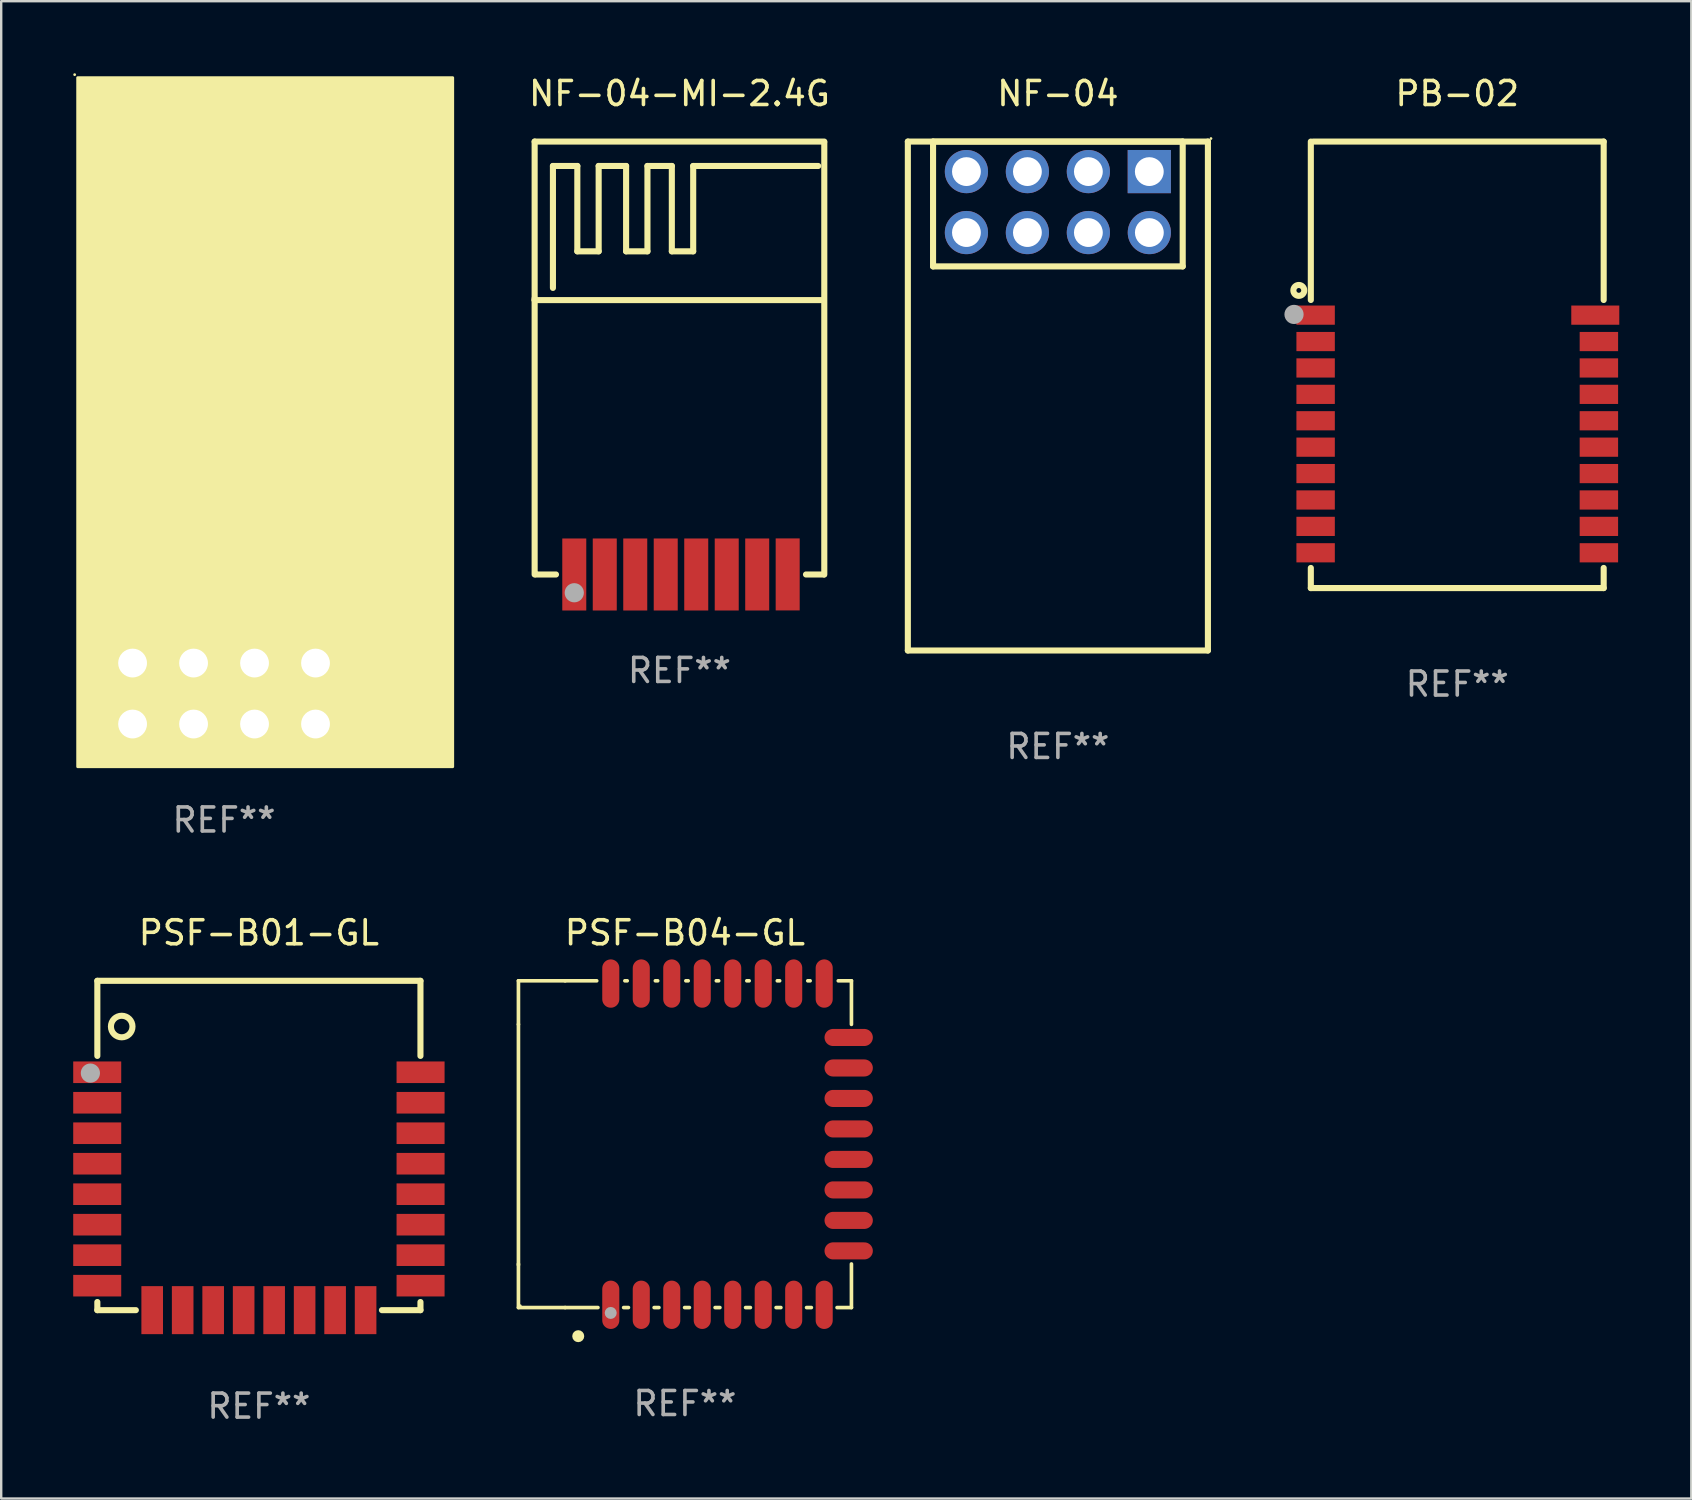
<source format=kicad_pcb>
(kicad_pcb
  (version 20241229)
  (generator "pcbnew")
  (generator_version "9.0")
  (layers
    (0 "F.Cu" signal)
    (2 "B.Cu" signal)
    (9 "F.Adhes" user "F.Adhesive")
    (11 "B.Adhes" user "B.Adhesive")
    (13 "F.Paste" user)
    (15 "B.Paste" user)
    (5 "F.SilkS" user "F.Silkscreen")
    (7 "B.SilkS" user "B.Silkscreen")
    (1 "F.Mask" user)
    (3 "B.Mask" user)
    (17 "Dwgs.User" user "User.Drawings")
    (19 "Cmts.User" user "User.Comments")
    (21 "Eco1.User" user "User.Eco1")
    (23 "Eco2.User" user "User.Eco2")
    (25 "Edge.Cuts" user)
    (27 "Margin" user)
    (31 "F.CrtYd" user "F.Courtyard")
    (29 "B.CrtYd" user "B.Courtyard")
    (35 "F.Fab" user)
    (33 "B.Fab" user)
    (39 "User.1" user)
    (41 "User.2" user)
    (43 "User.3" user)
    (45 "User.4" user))
  (footprint "PB-02"
    (layer "F.Cu")
    (at 57.656 12.148)
    (property "Reference" "PB-02" (at 0 -11.3 0) (layer "F.SilkS") (effects (font (size 1 1) (thickness 0.15))))
    (attr through_hole)
    (fp_line (start -6.1 -9.3) (end -6.1 -2.701) (stroke (width 0.254) (type solid)) (layer "F.SilkS"))
    (fp_line (start -6.1 8.461) (end -6.1 9.3) (stroke (width 0.254) (type solid)) (layer "F.SilkS"))
    (fp_line (start -6.1 9.3) (end 6.1 9.3) (stroke (width 0.254) (type solid)) (layer "F.SilkS"))
    (fp_line (start 6.1 -9.3) (end -6 -9.3) (stroke (width 0.254) (type solid)) (layer "F.SilkS"))
    (fp_line (start 6.1 -2.701) (end 6.1 -9.3) (stroke (width 0.254) (type solid)) (layer "F.SilkS"))
    (fp_line (start 6.1 9.3) (end 6.1 8.461) (stroke (width 0.254) (type solid)) (layer "F.SilkS"))
    (fp_circle (center -6.6 -3.1) (end -6.5 -3.1) (stroke (width 0.254) (type solid)) (fill no) (layer "F.SilkS"))
    (fp_circle (center -6.1 -9.3) (end -6.07 -9.3) (stroke (width 0.06) (type solid)) (fill no) (layer "F.SilkS"))
    (fp_circle (center -6.8 -2.1) (end -6.6 -2.1) (stroke (width 0.4) (type solid)) (fill no) (layer "F.Fab"))
    (fp_text user "REF**" (at 0 13.3 0) (layer "F.Fab") (effects (font (size 1 1) (thickness 0.15))))
    (pad "1" smd rect (at -5.9 -2.07) (size 1.6 0.8) (layers "F.Cu" "F.Mask" "F.Paste"))
    (pad "2" smd rect (at -5.9 -0.97) (size 1.6 0.8) (layers "F.Cu" "F.Mask" "F.Paste"))
    (pad "3" smd rect (at -5.9 0.13) (size 1.6 0.8) (layers "F.Cu" "F.Mask" "F.Paste"))
    (pad "4" smd rect (at -5.9 1.23) (size 1.6 0.8) (layers "F.Cu" "F.Mask" "F.Paste"))
    (pad "5" smd rect (at -5.9 2.33) (size 1.6 0.8) (layers "F.Cu" "F.Mask" "F.Paste"))
    (pad "6" smd rect (at -5.9 3.43) (size 1.6 0.8) (layers "F.Cu" "F.Mask" "F.Paste"))
    (pad "7" smd rect (at -5.9 4.53) (size 1.6 0.8) (layers "F.Cu" "F.Mask" "F.Paste"))
    (pad "8" smd rect (at -5.9 5.63) (size 1.6 0.8) (layers "F.Cu" "F.Mask" "F.Paste"))
    (pad "9" smd rect (at -5.9 6.73) (size 1.6 0.8) (layers "F.Cu" "F.Mask" "F.Paste"))
    (pad "10" smd rect (at -5.9 7.83) (size 1.6 0.8) (layers "F.Cu" "F.Mask" "F.Paste"))
    (pad "11" smd rect (at 5.9 7.83) (size 1.6 0.8) (layers "F.Cu" "F.Mask" "F.Paste"))
    (pad "12" smd rect (at 5.9 6.73) (size 1.6 0.8) (layers "F.Cu" "F.Mask" "F.Paste"))
    (pad "13" smd rect (at 5.9 5.63) (size 1.6 0.8) (layers "F.Cu" "F.Mask" "F.Paste"))
    (pad "14" smd rect (at 5.9 4.53) (size 1.6 0.8) (layers "F.Cu" "F.Mask" "F.Paste"))
    (pad "15" smd rect (at 5.9 3.43) (size 1.6 0.8) (layers "F.Cu" "F.Mask" "F.Paste"))
    (pad "16" smd rect (at 5.9 2.33) (size 1.6 0.8) (layers "F.Cu" "F.Mask" "F.Paste"))
    (pad "17" smd rect (at 5.9 1.23) (size 1.6 0.8) (layers "F.Cu" "F.Mask" "F.Paste"))
    (pad "18" smd rect (at 5.9 0.13) (size 1.6 0.8) (layers "F.Cu" "F.Mask" "F.Paste"))
    (pad "19" smd rect (at 5.9 -0.97) (size 1.6 0.8) (layers "F.Cu" "F.Mask" "F.Paste"))
    (pad "20" smd rect (at 5.75 -2.07) (size 2 0.8) (layers "F.Cu" "F.Mask" "F.Paste")))
  (footprint "NF-04-MI-2.4G"
    (layer "F.Cu")
    (at 25.255 11.865)
    (property "Reference" "NF-04-MI-2.4G" (at 0 -11.017 0) (layer "F.SilkS") (effects (font (size 1 1) (thickness 0.15))))
    (attr through_hole)
    (fp_line (start -6.033 -9.017) (end -6.033 -2.413) (stroke (width 0.254) (type solid)) (layer "F.SilkS"))
    (fp_line (start -6.033 -2.413) (end 5.906 -2.413) (stroke (width 0.254) (type solid)) (layer "F.SilkS"))
    (fp_line (start -6.033 9.017) (end -6.033 -2.483) (stroke (width 0.254) (type solid)) (layer "F.SilkS"))
    (fp_line (start -5.271 -8.001) (end -4.255 -8.001) (stroke (width 0.254) (type solid)) (layer "F.SilkS"))
    (fp_line (start -5.271 -2.921) (end -5.271 -8.001) (stroke (width 0.254) (type solid)) (layer "F.SilkS"))
    (fp_line (start -5.144 9.017) (end -5.982 9.017) (stroke (width 0.254) (type solid)) (layer "F.SilkS"))
    (fp_line (start -4.255 -8.001) (end -4.255 -4.445) (stroke (width 0.254) (type solid)) (layer "F.SilkS"))
    (fp_line (start -4.255 -4.445) (end -3.366 -4.445) (stroke (width 0.254) (type solid)) (layer "F.SilkS"))
    (fp_line (start -3.366 -8.001) (end -2.223 -8.001) (stroke (width 0.254) (type solid)) (layer "F.SilkS"))
    (fp_line (start -3.366 -4.445) (end -3.366 -8.001) (stroke (width 0.254) (type solid)) (layer "F.SilkS"))
    (fp_line (start -2.223 -8.001) (end -2.223 -4.445) (stroke (width 0.254) (type solid)) (layer "F.SilkS"))
    (fp_line (start -2.223 -4.445) (end -1.334 -4.445) (stroke (width 0.254) (type solid)) (layer "F.SilkS"))
    (fp_line (start -1.334 -8.001) (end -0.318 -8.001) (stroke (width 0.254) (type solid)) (layer "F.SilkS"))
    (fp_line (start -1.334 -4.445) (end -1.334 -8.001) (stroke (width 0.254) (type solid)) (layer "F.SilkS"))
    (fp_line (start -0.318 -8.001) (end -0.318 -4.445) (stroke (width 0.254) (type solid)) (layer "F.SilkS"))
    (fp_line (start -0.318 -4.445) (end 0.572 -4.445) (stroke (width 0.254) (type solid)) (layer "F.SilkS"))
    (fp_line (start 0.572 -8.001) (end 5.779 -8.001) (stroke (width 0.254) (type solid)) (layer "F.SilkS"))
    (fp_line (start 0.572 -4.445) (end 0.572 -8.001) (stroke (width 0.254) (type solid)) (layer "F.SilkS"))
    (fp_line (start 5.271 9.017) (end 6.018 9.017) (stroke (width 0.254) (type solid)) (layer "F.SilkS"))
    (fp_line (start 6.033 -9.017) (end -6.033 -9.017) (stroke (width 0.254) (type solid)) (layer "F.SilkS"))
    (fp_line (start 6.033 9.017) (end 6.033 -8.983) (stroke (width 0.254) (type solid)) (layer "F.SilkS"))
    (fp_circle (center -5.936 8.981) (end -5.907 8.981) (stroke (width 0.06) (type solid)) (fill no) (layer "F.SilkS"))
    (fp_circle (center -4.382 9.778) (end -4.182 9.778) (stroke (width 0.4) (type solid)) (fill no) (layer "F.Fab"))
    (fp_text user "REF**" (at 0 13.017 0) (layer "F.Fab") (effects (font (size 1 1) (thickness 0.15))))
    (pad "1" smd rect (at -4.382 9.017) (size 1 3) (layers "F.Cu" "F.Mask" "F.Paste"))
    (pad "2" smd rect (at -3.112 9.017) (size 1 3) (layers "F.Cu" "F.Mask" "F.Paste"))
    (pad "3" smd rect (at -1.842 9.017) (size 1 3) (layers "F.Cu" "F.Mask" "F.Paste"))
    (pad "4" smd rect (at -0.572 9.017) (size 1 3) (layers "F.Cu" "F.Mask" "F.Paste"))
    (pad "5" smd rect (at 0.699 9.017) (size 1 3) (layers "F.Cu" "F.Mask" "F.Paste"))
    (pad "6" smd rect (at 1.969 9.017) (size 1 3) (layers "F.Cu" "F.Mask" "F.Paste"))
    (pad "7" smd rect (at 3.239 9.017) (size 1 3) (layers "F.Cu" "F.Mask" "F.Paste"))
    (pad "8" smd rect (at 4.508 9.014) (size 1 3) (layers "F.Cu" "F.Mask" "F.Paste")))
  (footprint "NF-01-S"
    (layer "F.Cu")
    (at 6.283 25.841)
    (property "Reference" "NF-01-S" (at 0 -3.27 0) (layer "F.SilkS") (effects (font (size 1 1) (thickness 0.15))))
    (attr through_hole)
    (fp_circle (center -6.223 -25.781) (end -6.193 -25.781) (stroke (width 0.06) (type solid)) (fill no) (layer "F.SilkS"))
    (fp_poly (pts (xy -6.096 -25.654) (xy 9.525 -25.654) (xy 9.525 3.048) (xy -6.096 3.048)) (stroke (width 0.12) (type solid)) (fill yes) (layer "F.SilkS"))
    (fp_text user "REF**" (at 0 5.27 0) (layer "F.Fab") (effects (font (size 1 1) (thickness 0.15))))
    (pad "1" thru_hole rect (at -3.81 -1.27) (size 2 2) (drill 1.2) (layers "*.Cu" "*.Mask"))
    (pad "2" thru_hole circle (at -3.81 1.27) (size 2 2) (drill 1.2) (layers "*.Cu" "*.Mask"))
    (pad "3" thru_hole circle (at -1.27 -1.27) (size 2 2) (drill 1.2) (layers "*.Cu" "*.Mask"))
    (pad "4" thru_hole circle (at -1.27 1.27) (size 2 2) (drill 1.2) (layers "*.Cu" "*.Mask"))
    (pad "5" thru_hole circle (at 1.27 -1.27) (size 2 2) (drill 1.2) (layers "*.Cu" "*.Mask"))
    (pad "6" thru_hole circle (at 1.27 1.27) (size 2 2) (drill 1.2) (layers "*.Cu" "*.Mask"))
    (pad "7" thru_hole circle (at 3.81 -1.27) (size 2 2) (drill 1.2) (layers "*.Cu" "*.Mask"))
    (pad "8" thru_hole circle (at 3.81 1.27) (size 2 2) (drill 1.2) (layers "*.Cu" "*.Mask")))
  (footprint "PSF-B01-GL"
    (layer "F.Cu")
    (at 7.735 44.668)
    (property "Reference" "PSF-B01-GL" (at 0 -8.86 0) (layer "F.SilkS") (effects (font (size 1 1) (thickness 0.15))))
    (attr through_hole)
    (fp_line (start -6.73 -6.86) (end -6.73 -3.731) (stroke (width 0.254) (type solid)) (layer "F.SilkS"))
    (fp_line (start -6.73 -6.86) (end 6.73 -6.86) (stroke (width 0.254) (type solid)) (layer "F.SilkS"))
    (fp_line (start -6.73 6.521) (end -6.73 6.86) (stroke (width 0.254) (type solid)) (layer "F.SilkS"))
    (fp_line (start -6.73 6.86) (end -5.126 6.86) (stroke (width 0.254) (type solid)) (layer "F.SilkS"))
    (fp_line (start 5.126 6.86) (end 6.73 6.86) (stroke (width 0.254) (type solid)) (layer "F.SilkS"))
    (fp_line (start 6.73 -3.731) (end 6.73 -6.86) (stroke (width 0.254) (type solid)) (layer "F.SilkS"))
    (fp_line (start 6.73 6.86) (end 6.73 6.521) (stroke (width 0.254) (type solid)) (layer "F.SilkS"))
    (fp_circle (center -6.69 -6.835) (end -6.64 -6.835) (stroke (width 0.1) (type solid)) (fill no) (layer "F.SilkS"))
    (fp_circle (center -5.715 -4.955) (end -5.266 -4.955) (stroke (width 0.254) (type solid)) (fill no) (layer "F.SilkS"))
    (fp_circle (center -7.02 -3.015) (end -6.82 -3.015) (stroke (width 0.4) (type solid)) (fill no) (layer "F.Fab"))
    (fp_text user "REF**" (at 0 10.86 0) (layer "F.Fab") (effects (font (size 1 1) (thickness 0.15))))
    (pad "1" smd rect (at -6.735 -3.05) (size 2 0.9) (layers "F.Cu" "F.Mask" "F.Paste"))
    (pad "2" smd rect (at -6.735 -1.78) (size 2 0.9) (layers "F.Cu" "F.Mask" "F.Paste"))
    (pad "3" smd rect (at -6.735 -0.51) (size 2 0.9) (layers "F.Cu" "F.Mask" "F.Paste"))
    (pad "4" smd rect (at -6.735 0.76) (size 2 0.9) (layers "F.Cu" "F.Mask" "F.Paste"))
    (pad "5" smd rect (at -6.735 2.03) (size 2 0.9) (layers "F.Cu" "F.Mask" "F.Paste"))
    (pad "6" smd rect (at -6.735 3.3) (size 2 0.9) (layers "F.Cu" "F.Mask" "F.Paste"))
    (pad "7" smd rect (at -6.735 4.57) (size 2 0.9) (layers "F.Cu" "F.Mask" "F.Paste"))
    (pad "8" smd rect (at -6.735 5.84) (size 2 0.9) (layers "F.Cu" "F.Mask" "F.Paste"))
    (pad "9" smd rect (at -4.445 6.86 90) (size 2 0.9) (layers "F.Cu" "F.Mask" "F.Paste"))
    (pad "10" smd rect (at -3.175 6.86 90) (size 2 0.9) (layers "F.Cu" "F.Mask" "F.Paste"))
    (pad "11" smd rect (at -1.905 6.86 90) (size 2 0.9) (layers "F.Cu" "F.Mask" "F.Paste"))
    (pad "12" smd rect (at -0.635 6.86 90) (size 2 0.9) (layers "F.Cu" "F.Mask" "F.Paste"))
    (pad "13" smd rect (at 0.635 6.86 90) (size 2 0.9) (layers "F.Cu" "F.Mask" "F.Paste"))
    (pad "14" smd rect (at 1.905 6.86 90) (size 2 0.9) (layers "F.Cu" "F.Mask" "F.Paste"))
    (pad "15" smd rect (at 3.175 6.86 90) (size 2 0.9) (layers "F.Cu" "F.Mask" "F.Paste"))
    (pad "16" smd rect (at 4.445 6.86 90) (size 2 0.9) (layers "F.Cu" "F.Mask" "F.Paste"))
    (pad "17" smd rect (at 6.735 5.84 180) (size 2 0.9) (layers "F.Cu" "F.Mask" "F.Paste"))
    (pad "18" smd rect (at 6.735 4.57 180) (size 2 0.9) (layers "F.Cu" "F.Mask" "F.Paste"))
    (pad "19" smd rect (at 6.735 3.3 180) (size 2 0.9) (layers "F.Cu" "F.Mask" "F.Paste"))
    (pad "20" smd rect (at 6.735 2.03 180) (size 2 0.9) (layers "F.Cu" "F.Mask" "F.Paste"))
    (pad "21" smd rect (at 6.735 0.76 180) (size 2 0.9) (layers "F.Cu" "F.Mask" "F.Paste"))
    (pad "22" smd rect (at 6.735 -0.51 180) (size 2 0.9) (layers "F.Cu" "F.Mask" "F.Paste"))
    (pad "23" smd rect (at 6.735 -1.78 180) (size 2 0.9) (layers "F.Cu" "F.Mask" "F.Paste"))
    (pad "24" smd rect (at 6.735 -3.05 180) (size 2 0.9) (layers "F.Cu" "F.Mask" "F.Paste")))
  (footprint "PSF-B04-GL"
    (layer "F.Cu")
    (at 25.483 44.614)
    (property "Reference" "PSF-B04-GL" (at 0 -8.806 0) (layer "F.SilkS") (effects (font (size 1 1) (thickness 0.15))))
    (attr through_hole)
    (fp_line (start -6.936 -6.806) (end -4.991 -6.806) (stroke (width 0.152) (type solid)) (layer "F.SilkS"))
    (fp_line (start -6.936 -4.991) (end -6.936 -6.806) (stroke (width 0.152) (type solid)) (layer "F.SilkS"))
    (fp_line (start -6.936 -4.991) (end -6.936 5.03) (stroke (width 0.152) (type solid)) (layer "F.SilkS"))
    (fp_line (start -6.936 4.991) (end -6.936 6.806) (stroke (width 0.152) (type solid)) (layer "F.SilkS"))
    (fp_line (start -6.936 6.806) (end -4.991 6.806) (stroke (width 0.152) (type solid)) (layer "F.SilkS"))
    (fp_line (start -4.991 -6.806) (end -3.675 -6.806) (stroke (width 0.152) (type solid)) (layer "F.SilkS"))
    (fp_line (start -4.991 6.806) (end -3.624 6.806) (stroke (width 0.152) (type solid)) (layer "F.SilkS"))
    (fp_line (start -2.553 6.806) (end -2.354 6.806) (stroke (width 0.152) (type solid)) (layer "F.SilkS"))
    (fp_line (start -2.502 -6.806) (end -2.405 -6.806) (stroke (width 0.152) (type solid)) (layer "F.SilkS"))
    (fp_line (start -1.283 6.806) (end -1.084 6.806) (stroke (width 0.152) (type solid)) (layer "F.SilkS"))
    (fp_line (start -1.232 -6.806) (end -1.135 -6.806) (stroke (width 0.152) (type solid)) (layer "F.SilkS"))
    (fp_line (start -0.013 6.806) (end 0.186 6.806) (stroke (width 0.152) (type solid)) (layer "F.SilkS"))
    (fp_line (start 0.038 -6.806) (end 0.135 -6.806) (stroke (width 0.152) (type solid)) (layer "F.SilkS"))
    (fp_line (start 1.257 6.806) (end 1.456 6.806) (stroke (width 0.152) (type solid)) (layer "F.SilkS"))
    (fp_line (start 1.308 -6.806) (end 1.405 -6.806) (stroke (width 0.152) (type solid)) (layer "F.SilkS"))
    (fp_line (start 2.527 6.806) (end 2.726 6.806) (stroke (width 0.152) (type solid)) (layer "F.SilkS"))
    (fp_line (start 2.578 -6.806) (end 2.675 -6.806) (stroke (width 0.152) (type solid)) (layer "F.SilkS"))
    (fp_line (start 3.797 6.806) (end 3.996 6.806) (stroke (width 0.152) (type solid)) (layer "F.SilkS"))
    (fp_line (start 3.848 -6.806) (end 3.945 -6.806) (stroke (width 0.152) (type solid)) (layer "F.SilkS"))
    (fp_line (start 5.067 6.806) (end 5.266 6.806) (stroke (width 0.152) (type solid)) (layer "F.SilkS"))
    (fp_line (start 5.118 -6.806) (end 5.215 -6.806) (stroke (width 0.152) (type solid)) (layer "F.SilkS"))
    (fp_line (start 6.337 6.806) (end 6.936 6.806) (stroke (width 0.152) (type solid)) (layer "F.SilkS"))
    (fp_line (start 6.388 -6.806) (end 6.936 -6.806) (stroke (width 0.152) (type solid)) (layer "F.SilkS"))
    (fp_line (start 6.936 -4.991) (end 6.936 -6.806) (stroke (width 0.152) (type solid)) (layer "F.SilkS"))
    (fp_line (start 6.936 4.991) (end 6.936 6.806) (stroke (width 0.152) (type solid)) (layer "F.SilkS"))
    (fp_circle (center -6.86 6.73) (end -6.83 6.73) (stroke (width 0.06) (type solid)) (fill no) (layer "F.SilkS"))
    (fp_circle (center -4.445 7.998) (end -4.32 7.998) (stroke (width 0.25) (type solid)) (fill no) (layer "F.SilkS"))
    (fp_circle (center -3.092 7.03) (end -2.967 7.03) (stroke (width 0.25) (type solid)) (fill no) (layer "F.Fab"))
    (fp_text user "REF**" (at 0 10.806 0) (layer "F.Fab") (effects (font (size 1 1) (thickness 0.15))))
    (pad "1" smd oval (at -3.089 6.691) (size 0.711 2.013) (layers "F.Cu" "F.Mask" "F.Paste"))
    (pad "2" smd oval (at -1.819 6.691) (size 0.711 2.013) (layers "F.Cu" "F.Mask" "F.Paste"))
    (pad "3" smd oval (at -0.549 6.691) (size 0.711 2.013) (layers "F.Cu" "F.Mask" "F.Paste"))
    (pad "4" smd oval (at 0.721 6.691) (size 0.711 2.013) (layers "F.Cu" "F.Mask" "F.Paste"))
    (pad "5" smd oval (at 1.991 6.691) (size 0.711 2.013) (layers "F.Cu" "F.Mask" "F.Paste"))
    (pad "6" smd oval (at 3.261 6.691) (size 0.711 2.013) (layers "F.Cu" "F.Mask" "F.Paste"))
    (pad "7" smd oval (at 4.531 6.691) (size 0.711 2.013) (layers "F.Cu" "F.Mask" "F.Paste"))
    (pad "8" smd oval (at 5.801 6.691) (size 0.711 2.013) (layers "F.Cu" "F.Mask" "F.Paste"))
    (pad "9" smd oval (at 6.821 4.445) (size 2.013 0.711) (layers "F.Cu" "F.Mask" "F.Paste"))
    (pad "10" smd oval (at 6.821 3.175) (size 2.013 0.711) (layers "F.Cu" "F.Mask" "F.Paste"))
    (pad "11" smd oval (at 6.821 1.905) (size 2.013 0.711) (layers "F.Cu" "F.Mask" "F.Paste"))
    (pad "12" smd oval (at 6.821 0.635) (size 2.013 0.711) (layers "F.Cu" "F.Mask" "F.Paste"))
    (pad "13" smd oval (at 6.821 -0.635) (size 2.013 0.711) (layers "F.Cu" "F.Mask" "F.Paste"))
    (pad "14" smd oval (at 6.821 -1.905) (size 2.013 0.711) (layers "F.Cu" "F.Mask" "F.Paste"))
    (pad "15" smd oval (at 6.821 -3.175) (size 2.013 0.711) (layers "F.Cu" "F.Mask" "F.Paste"))
    (pad "16" smd oval (at 6.821 -4.445) (size 2.013 0.711) (layers "F.Cu" "F.Mask" "F.Paste"))
    (pad "17" smd oval (at 5.801 -6.691) (size 0.711 2.013) (layers "F.Cu" "F.Mask" "F.Paste"))
    (pad "18" smd oval (at 4.531 -6.691) (size 0.711 2.013) (layers "F.Cu" "F.Mask" "F.Paste"))
    (pad "19" smd oval (at 3.261 -6.691) (size 0.711 2.013) (layers "F.Cu" "F.Mask" "F.Paste"))
    (pad "20" smd oval (at 1.991 -6.691) (size 0.711 2.013) (layers "F.Cu" "F.Mask" "F.Paste"))
    (pad "21" smd oval (at 0.721 -6.691) (size 0.711 2.013) (layers "F.Cu" "F.Mask" "F.Paste"))
    (pad "22" smd oval (at -0.549 -6.691) (size 0.711 2.013) (layers "F.Cu" "F.Mask" "F.Paste"))
    (pad "23" smd oval (at -1.819 -6.691) (size 0.711 2.013) (layers "F.Cu" "F.Mask" "F.Paste"))
    (pad "24" smd oval (at -3.089 -6.691) (size 0.711 2.013) (layers "F.Cu" "F.Mask" "F.Paste")))
  (footprint "NF-04"
    (layer "F.Cu")
    (at 41.019 13.448)
    (property "Reference" "NF-04" (at 0 -12.6 0) (layer "F.SilkS") (effects (font (size 1 1) (thickness 0.15))))
    (attr through_hole)
    (fp_line (start -6.25 -10.6) (end 6.25 -10.6) (stroke (width 0.254) (type solid)) (layer "F.SilkS"))
    (fp_line (start -6.25 -10.6) (end -6.25 10.6) (stroke (width 0.254) (type solid)) (layer "F.SilkS"))
    (fp_line (start -5.2 -10.6) (end 5.2 -10.6) (stroke (width 0.254) (type solid)) (layer "F.SilkS"))
    (fp_line (start -5.2 -5.4) (end -5.2 -10.6) (stroke (width 0.254) (type solid)) (layer "F.SilkS"))
    (fp_line (start 5.2 -10.6) (end 5.2 -5.4) (stroke (width 0.254) (type solid)) (layer "F.SilkS"))
    (fp_line (start 5.2 -5.4) (end -5.2 -5.4) (stroke (width 0.254) (type solid)) (layer "F.SilkS"))
    (fp_line (start 6.25 10.6) (end 6.25 -10.6) (stroke (width 0.254) (type solid)) (layer "F.SilkS"))
    (fp_line (start 6.25 10.6) (end -6.25 10.6) (stroke (width 0.254) (type solid)) (layer "F.SilkS"))
    (fp_circle (center 6.377 -10.727) (end 6.407 -10.727) (stroke (width 0.06) (type solid)) (fill no) (layer "F.SilkS"))
    (fp_text user "REF**" (at 0 14.6 0) (layer "F.Fab") (effects (font (size 1 1) (thickness 0.15))))
    (pad "1" thru_hole rect (at 3.808 -9.35 180) (size 1.8 1.8) (drill 1.2) (layers "*.Cu" "*.Mask"))
    (pad "2" thru_hole circle (at 3.81 -6.81) (size 1.8 1.8) (drill 1.2) (layers "*.Cu" "*.Mask"))
    (pad "3" thru_hole circle (at 1.27 -9.35) (size 1.8 1.8) (drill 1.2) (layers "*.Cu" "*.Mask"))
    (pad "4" thru_hole circle (at 1.27 -6.81) (size 1.8 1.8) (drill 1.2) (layers "*.Cu" "*.Mask"))
    (pad "5" thru_hole circle (at -1.27 -9.35) (size 1.8 1.8) (drill 1.2) (layers "*.Cu" "*.Mask"))
    (pad "6" thru_hole circle (at -1.27 -6.81) (size 1.8 1.8) (drill 1.2) (layers "*.Cu" "*.Mask"))
    (pad "7" thru_hole circle (at -3.81 -9.35) (size 1.8 1.8) (drill 1.2) (layers "*.Cu" "*.Mask"))
    (pad "8" thru_hole circle (at -3.81 -6.81) (size 1.8 1.8) (drill 1.2) (layers "*.Cu" "*.Mask")))
  (gr_rect
    (start -3 -3)
    (end 67.406 59.376)
    (stroke (width 0.1) (type default))
    (fill no)
    (layer "Edge.Cuts")))
</source>
